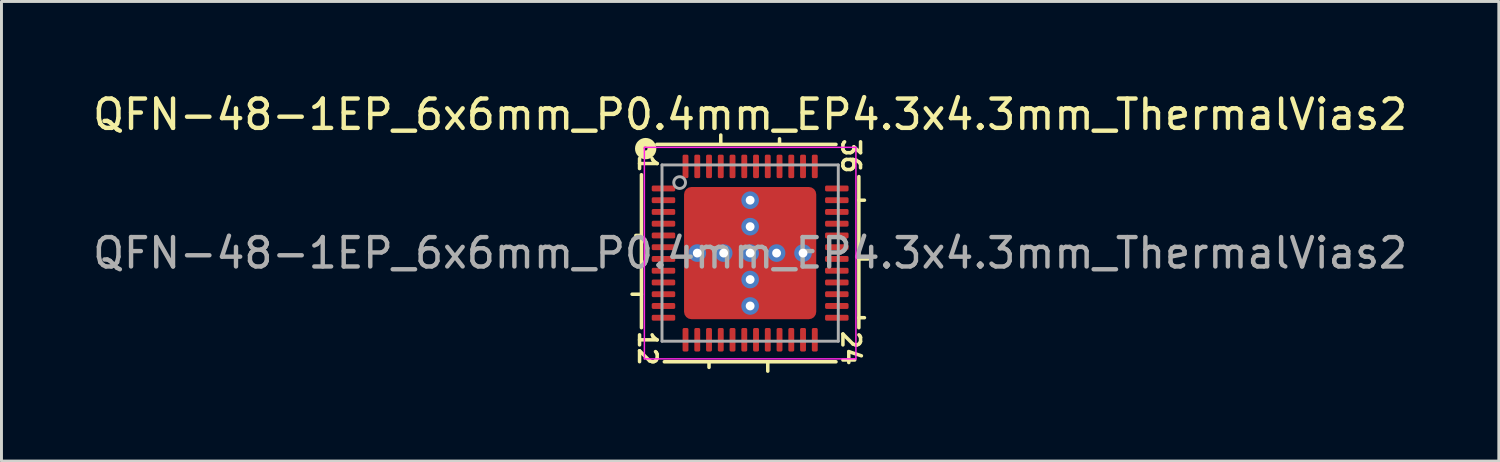
<source format=kicad_pcb>
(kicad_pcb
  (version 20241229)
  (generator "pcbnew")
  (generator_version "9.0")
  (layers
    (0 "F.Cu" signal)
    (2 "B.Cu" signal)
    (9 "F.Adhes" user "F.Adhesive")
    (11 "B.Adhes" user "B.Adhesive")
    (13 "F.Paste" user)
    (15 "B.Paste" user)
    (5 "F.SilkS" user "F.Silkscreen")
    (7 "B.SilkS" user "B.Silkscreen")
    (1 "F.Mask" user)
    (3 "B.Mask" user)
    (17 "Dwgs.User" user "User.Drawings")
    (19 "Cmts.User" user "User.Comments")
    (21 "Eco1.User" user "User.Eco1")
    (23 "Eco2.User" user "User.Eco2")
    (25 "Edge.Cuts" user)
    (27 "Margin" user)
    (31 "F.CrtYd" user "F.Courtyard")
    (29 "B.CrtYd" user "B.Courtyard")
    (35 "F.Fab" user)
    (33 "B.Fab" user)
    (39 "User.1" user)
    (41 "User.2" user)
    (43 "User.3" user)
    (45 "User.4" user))
  (footprint "QFN-48-1EP_6x6mm_P0.4mm_EP4.3x4.3mm_ThermalVias2"
    (layer "F.Cu")
    (at 22.482 5.564)
    (property "Reference" "QFN-48-1EP_6x6mm_P0.4mm_EP4.3x4.3mm_ThermalVias2" (at 0 -4.716 0) (layer "F.SilkS") (effects (font (size 1 1) (thickness 0.15))))
    (attr smd)
    (fp_line (start -3.7 -2.667) (end -3.7 2.54) (stroke (width 0.12) (type solid)) (layer "F.SilkS"))
    (fp_line (start -3.7 -0.6) (end -3.89 -0.6) (stroke (width 0.12) (type solid)) (layer "F.SilkS"))
    (fp_line (start -3.7 1.4) (end -4.018 1.4) (stroke (width 0.12) (type solid)) (layer "F.SilkS"))
    (fp_line (start -2.921 3.7) (end 2.921 3.7) (stroke (width 0.12) (type solid)) (layer "F.SilkS"))
    (fp_line (start -1.4 3.89) (end -1.4 3.7) (stroke (width 0.12) (type solid)) (layer "F.SilkS"))
    (fp_line (start -1 -3.7) (end -1 -4.018) (stroke (width 0.12) (type solid)) (layer "F.SilkS"))
    (fp_line (start 0.6 3.7) (end 0.6 4.018) (stroke (width 0.12) (type solid)) (layer "F.SilkS"))
    (fp_line (start 1 -3.7) (end 1 -3.89) (stroke (width 0.12) (type solid)) (layer "F.SilkS"))
    (fp_line (start 2.921 -3.7) (end -3.175 -3.7) (stroke (width 0.12) (type solid)) (layer "F.SilkS"))
    (fp_line (start 3.7 -1.8) (end 3.89 -1.8) (stroke (width 0.12) (type solid)) (layer "F.SilkS"))
    (fp_line (start 3.7 0.2) (end 4.018 0.2) (stroke (width 0.12) (type solid)) (layer "F.SilkS"))
    (fp_line (start 3.7 2.2) (end 3.89 2.2) (stroke (width 0.12) (type solid)) (layer "F.SilkS"))
    (fp_line (start 3.7 2.54) (end 3.7 -2.603) (stroke (width 0.12) (type solid)) (layer "F.SilkS"))
    (fp_circle (center -3.556 -3.556) (end -3.493 -3.556) (stroke (width 0.3) (type solid)) (fill no) (layer "F.SilkS"))
    (fp_line (start -3.6 -3.6) (end -3.6 3.6) (stroke (width 0.05) (type solid)) (layer "F.CrtYd"))
    (fp_line (start -3.6 3.6) (end 3.6 3.6) (stroke (width 0.05) (type solid)) (layer "F.CrtYd"))
    (fp_line (start 3.6 -3.6) (end -3.6 -3.6) (stroke (width 0.05) (type solid)) (layer "F.CrtYd"))
    (fp_line (start 3.6 3.6) (end 3.6 -3.6) (stroke (width 0.05) (type solid)) (layer "F.CrtYd"))
    (fp_line (start -3 -3) (end 3 -3) (stroke (width 0.1) (type solid)) (layer "F.Fab"))
    (fp_line (start -3 3) (end -3 -3) (stroke (width 0.1) (type solid)) (layer "F.Fab"))
    (fp_line (start 3 -3) (end 3 3) (stroke (width 0.1) (type solid)) (layer "F.Fab"))
    (fp_line (start 3 3) (end -3 3) (stroke (width 0.1) (type solid)) (layer "F.Fab"))
    (fp_circle (center -2.4 -2.4) (end -2.2 -2.4) (stroke (width 0.1) (type solid)) (fill no) (layer "F.Fab"))
    (fp_text user "36" (at 3.429 -3.302 270) (unlocked yes) (layer "F.SilkS") (effects (font (size 0.6 0.6) (thickness 0.12))))
    (fp_text user "12" (at -3.493 3.239 270) (unlocked yes) (layer "F.SilkS") (effects (font (size 0.6 0.6) (thickness 0.12))))
    (fp_text user "1" (at -3.493 -3.048 270) (unlocked yes) (layer "F.SilkS") (effects (font (size 0.6 0.6) (thickness 0.12))))
    (fp_text user "24" (at 3.429 3.239 270) (unlocked yes) (layer "F.SilkS") (effects (font (size 0.6 0.6) (thickness 0.12))))
    (fp_text user "${REFERENCE}" (at 0 0 0) (layer "F.Fab") (effects (font (size 1 1) (thickness 0.15))))
    (pad "" smd roundrect (at -1.65 -1.65) (size 0.65 0.65) (layers "F.Paste") (roundrect_rratio 0.25))
    (pad "" smd roundrect (at -1.65 -0.8) (size 0.65 0.65) (layers "F.Paste") (roundrect_rratio 0.25))
    (pad "" smd roundrect (at -1.65 0.8) (size 0.65 0.65) (layers "F.Paste") (roundrect_rratio 0.25))
    (pad "" smd roundrect (at -1.65 1.65) (size 0.65 0.65) (layers "F.Paste") (roundrect_rratio 0.25))
    (pad "" smd roundrect (at -1.225 -1.225 180) (size 1.85 1.85) (layers "F.Mask") (roundrect_rratio 0.135))
    (pad "" smd roundrect (at -1.225 1.225 180) (size 1.85 1.85) (layers "F.Mask") (roundrect_rratio 0.135))
    (pad "" smd roundrect (at -0.8 -1.65) (size 0.65 0.65) (layers "F.Paste") (roundrect_rratio 0.25))
    (pad "" smd roundrect (at -0.8 -0.8) (size 0.65 0.65) (layers "F.Paste") (roundrect_rratio 0.25))
    (pad "" smd roundrect (at -0.8 0.8) (size 0.65 0.65) (layers "F.Paste") (roundrect_rratio 0.25))
    (pad "" smd roundrect (at -0.8 1.65) (size 0.65 0.65) (layers "F.Paste") (roundrect_rratio 0.25))
    (pad "" smd roundrect (at 0.8 -1.65) (size 0.65 0.65) (layers "F.Paste") (roundrect_rratio 0.25))
    (pad "" smd roundrect (at 0.8 -0.8) (size 0.65 0.65) (layers "F.Paste") (roundrect_rratio 0.25))
    (pad "" smd roundrect (at 0.8 0.8) (size 0.65 0.65) (layers "F.Paste") (roundrect_rratio 0.25))
    (pad "" smd roundrect (at 0.8 1.65) (size 0.65 0.65) (layers "F.Paste") (roundrect_rratio 0.25))
    (pad "" smd roundrect (at 1.225 -1.225 180) (size 1.85 1.85) (layers "F.Mask") (roundrect_rratio 0.135))
    (pad "" smd roundrect (at 1.225 1.225 180) (size 1.85 1.85) (layers "F.Mask") (roundrect_rratio 0.135))
    (pad "" smd roundrect (at 1.65 -1.65) (size 0.65 0.65) (layers "F.Paste") (roundrect_rratio 0.25))
    (pad "" smd roundrect (at 1.65 -0.8) (size 0.65 0.65) (layers "F.Paste") (roundrect_rratio 0.25))
    (pad "" smd roundrect (at 1.65 0.8) (size 0.65 0.65) (layers "F.Paste") (roundrect_rratio 0.25))
    (pad "" smd roundrect (at 1.65 1.65) (size 0.65 0.65) (layers "F.Paste") (roundrect_rratio 0.25))
    (pad "1" smd roundrect (at -2.95 -2.2) (size 0.8 0.2) (layers "F.Cu" "F.Mask" "F.Paste") (roundrect_rratio 0.25))
    (pad "2" smd roundrect (at -2.95 -1.8) (size 0.8 0.2) (layers "F.Cu" "F.Mask" "F.Paste") (roundrect_rratio 0.25))
    (pad "3" smd roundrect (at -2.95 -1.4) (size 0.8 0.2) (layers "F.Cu" "F.Mask" "F.Paste") (roundrect_rratio 0.25))
    (pad "4" smd roundrect (at -2.95 -1) (size 0.8 0.2) (layers "F.Cu" "F.Mask" "F.Paste") (roundrect_rratio 0.25))
    (pad "5" smd roundrect (at -2.95 -0.6) (size 0.8 0.2) (layers "F.Cu" "F.Mask" "F.Paste") (roundrect_rratio 0.25))
    (pad "6" smd roundrect (at -2.95 -0.2) (size 0.8 0.2) (layers "F.Cu" "F.Mask" "F.Paste") (roundrect_rratio 0.25))
    (pad "7" smd roundrect (at -2.95 0.2) (size 0.8 0.2) (layers "F.Cu" "F.Mask" "F.Paste") (roundrect_rratio 0.25))
    (pad "8" smd roundrect (at -2.95 0.6) (size 0.8 0.2) (layers "F.Cu" "F.Mask" "F.Paste") (roundrect_rratio 0.25))
    (pad "9" smd roundrect (at -2.95 1) (size 0.8 0.2) (layers "F.Cu" "F.Mask" "F.Paste") (roundrect_rratio 0.25))
    (pad "10" smd roundrect (at -2.95 1.4) (size 0.8 0.2) (layers "F.Cu" "F.Mask" "F.Paste") (roundrect_rratio 0.25))
    (pad "11" smd roundrect (at -2.95 1.8) (size 0.8 0.2) (layers "F.Cu" "F.Mask" "F.Paste") (roundrect_rratio 0.25))
    (pad "12" smd roundrect (at -2.95 2.2) (size 0.8 0.2) (layers "F.Cu" "F.Mask" "F.Paste") (roundrect_rratio 0.25))
    (pad "13" smd roundrect (at -2.2 2.95) (size 0.2 0.8) (layers "F.Cu" "F.Mask" "F.Paste") (roundrect_rratio 0.25))
    (pad "14" smd roundrect (at -1.8 2.95) (size 0.2 0.8) (layers "F.Cu" "F.Mask" "F.Paste") (roundrect_rratio 0.25))
    (pad "15" smd roundrect (at -1.4 2.95) (size 0.2 0.8) (layers "F.Cu" "F.Mask" "F.Paste") (roundrect_rratio 0.25))
    (pad "16" smd roundrect (at -1 2.95) (size 0.2 0.8) (layers "F.Cu" "F.Mask" "F.Paste") (roundrect_rratio 0.25))
    (pad "17" smd roundrect (at -0.6 2.95) (size 0.2 0.8) (layers "F.Cu" "F.Mask" "F.Paste") (roundrect_rratio 0.25))
    (pad "18" smd roundrect (at -0.2 2.95) (size 0.2 0.8) (layers "F.Cu" "F.Mask" "F.Paste") (roundrect_rratio 0.25))
    (pad "19" smd roundrect (at 0.2 2.95) (size 0.2 0.8) (layers "F.Cu" "F.Mask" "F.Paste") (roundrect_rratio 0.25))
    (pad "20" smd roundrect (at 0.6 2.95) (size 0.2 0.8) (layers "F.Cu" "F.Mask" "F.Paste") (roundrect_rratio 0.25))
    (pad "21" smd roundrect (at 1 2.95) (size 0.2 0.8) (layers "F.Cu" "F.Mask" "F.Paste") (roundrect_rratio 0.25))
    (pad "22" smd roundrect (at 1.4 2.95) (size 0.2 0.8) (layers "F.Cu" "F.Mask" "F.Paste") (roundrect_rratio 0.25))
    (pad "23" smd roundrect (at 1.8 2.95) (size 0.2 0.8) (layers "F.Cu" "F.Mask" "F.Paste") (roundrect_rratio 0.25))
    (pad "24" smd roundrect (at 2.2 2.95) (size 0.2 0.8) (layers "F.Cu" "F.Mask" "F.Paste") (roundrect_rratio 0.25))
    (pad "25" smd roundrect (at 2.95 2.2) (size 0.8 0.2) (layers "F.Cu" "F.Mask" "F.Paste") (roundrect_rratio 0.25))
    (pad "26" smd roundrect (at 2.95 1.8) (size 0.8 0.2) (layers "F.Cu" "F.Mask" "F.Paste") (roundrect_rratio 0.25))
    (pad "27" smd roundrect (at 2.95 1.4) (size 0.8 0.2) (layers "F.Cu" "F.Mask" "F.Paste") (roundrect_rratio 0.25))
    (pad "28" smd roundrect (at 2.95 1) (size 0.8 0.2) (layers "F.Cu" "F.Mask" "F.Paste") (roundrect_rratio 0.25))
    (pad "29" smd roundrect (at 2.95 0.6) (size 0.8 0.2) (layers "F.Cu" "F.Mask" "F.Paste") (roundrect_rratio 0.25))
    (pad "30" smd roundrect (at 2.95 0.2) (size 0.8 0.2) (layers "F.Cu" "F.Mask" "F.Paste") (roundrect_rratio 0.25))
    (pad "31" smd roundrect (at 2.95 -0.2) (size 0.8 0.2) (layers "F.Cu" "F.Mask" "F.Paste") (roundrect_rratio 0.25))
    (pad "32" smd roundrect (at 2.95 -0.6) (size 0.8 0.2) (layers "F.Cu" "F.Mask" "F.Paste") (roundrect_rratio 0.25))
    (pad "33" smd roundrect (at 2.95 -1) (size 0.8 0.2) (layers "F.Cu" "F.Mask" "F.Paste") (roundrect_rratio 0.25))
    (pad "34" smd roundrect (at 2.95 -1.4) (size 0.8 0.2) (layers "F.Cu" "F.Mask" "F.Paste") (roundrect_rratio 0.25))
    (pad "35" smd roundrect (at 2.95 -1.8) (size 0.8 0.2) (layers "F.Cu" "F.Mask" "F.Paste") (roundrect_rratio 0.25))
    (pad "36" smd roundrect (at 2.95 -2.2) (size 0.8 0.2) (layers "F.Cu" "F.Mask" "F.Paste") (roundrect_rratio 0.25))
    (pad "37" smd roundrect (at 2.2 -2.95) (size 0.2 0.8) (layers "F.Cu" "F.Mask" "F.Paste") (roundrect_rratio 0.25))
    (pad "38" smd roundrect (at 1.8 -2.95) (size 0.2 0.8) (layers "F.Cu" "F.Mask" "F.Paste") (roundrect_rratio 0.25))
    (pad "39" smd roundrect (at 1.4 -2.95) (size 0.2 0.8) (layers "F.Cu" "F.Mask" "F.Paste") (roundrect_rratio 0.25))
    (pad "40" smd roundrect (at 1 -2.95) (size 0.2 0.8) (layers "F.Cu" "F.Mask" "F.Paste") (roundrect_rratio 0.25))
    (pad "41" smd roundrect (at 0.6 -2.95) (size 0.2 0.8) (layers "F.Cu" "F.Mask" "F.Paste") (roundrect_rratio 0.25))
    (pad "42" smd roundrect (at 0.2 -2.95) (size 0.2 0.8) (layers "F.Cu" "F.Mask" "F.Paste") (roundrect_rratio 0.25))
    (pad "43" smd roundrect (at -0.2 -2.95) (size 0.2 0.8) (layers "F.Cu" "F.Mask" "F.Paste") (roundrect_rratio 0.25))
    (pad "44" smd roundrect (at -0.6 -2.95) (size 0.2 0.8) (layers "F.Cu" "F.Mask" "F.Paste") (roundrect_rratio 0.25))
    (pad "45" smd roundrect (at -1 -2.95) (size 0.2 0.8) (layers "F.Cu" "F.Mask" "F.Paste") (roundrect_rratio 0.25))
    (pad "46" smd roundrect (at -1.4 -2.95) (size 0.2 0.8) (layers "F.Cu" "F.Mask" "F.Paste") (roundrect_rratio 0.25))
    (pad "47" smd roundrect (at -1.8 -2.95) (size 0.2 0.8) (layers "F.Cu" "F.Mask" "F.Paste") (roundrect_rratio 0.25))
    (pad "48" smd roundrect (at -2.2 -2.95) (size 0.2 0.8) (layers "F.Cu" "F.Mask" "F.Paste") (roundrect_rratio 0.25))
    (pad "49" thru_hole circle (at -1.8 0) (size 0.6 0.6) (drill 0.3) (property pad_prop_heatsink) (layers "*.Cu" "*.Mask"))
    (pad "49" thru_hole circle (at -0.9 0) (size 0.6 0.6) (drill 0.3) (property pad_prop_heatsink) (layers "*.Cu" "*.Mask"))
    (pad "49" thru_hole circle (at 0 -1.8) (size 0.6 0.6) (drill 0.3) (property pad_prop_heatsink) (layers "*.Cu" "*.Mask"))
    (pad "49" thru_hole circle (at 0 -0.9) (size 0.6 0.6) (drill 0.3) (property pad_prop_heatsink) (layers "*.Cu" "*.Mask"))
    (pad "49" thru_hole circle (at 0 0) (size 0.6 0.6) (drill 0.3) (property pad_prop_heatsink) (layers "*.Cu" "*.Mask"))
    (pad "49" smd roundrect (at 0 0) (size 4.5 4.5) (layers "F.Cu") (roundrect_rratio 0.056))
    (pad "49" thru_hole circle (at 0 0.9) (size 0.6 0.6) (drill 0.3) (property pad_prop_heatsink) (layers "*.Cu" "*.Mask"))
    (pad "49" thru_hole circle (at 0 1.8) (size 0.6 0.6) (drill 0.3) (property pad_prop_heatsink) (layers "*.Cu" "*.Mask"))
    (pad "49" thru_hole circle (at 0.9 0) (size 0.6 0.6) (drill 0.3) (property pad_prop_heatsink) (layers "*.Cu" "*.Mask"))
    (pad "49" thru_hole circle (at 1.8 0) (size 0.6 0.6) (drill 0.3) (property pad_prop_heatsink) (layers "*.Cu" "*.Mask")))
  (gr_rect
    (start -3 -3)
    (end 47.964 12.642)
    (stroke (width 0.1) (type default))
    (fill no)
    (layer "Edge.Cuts")))
</source>
